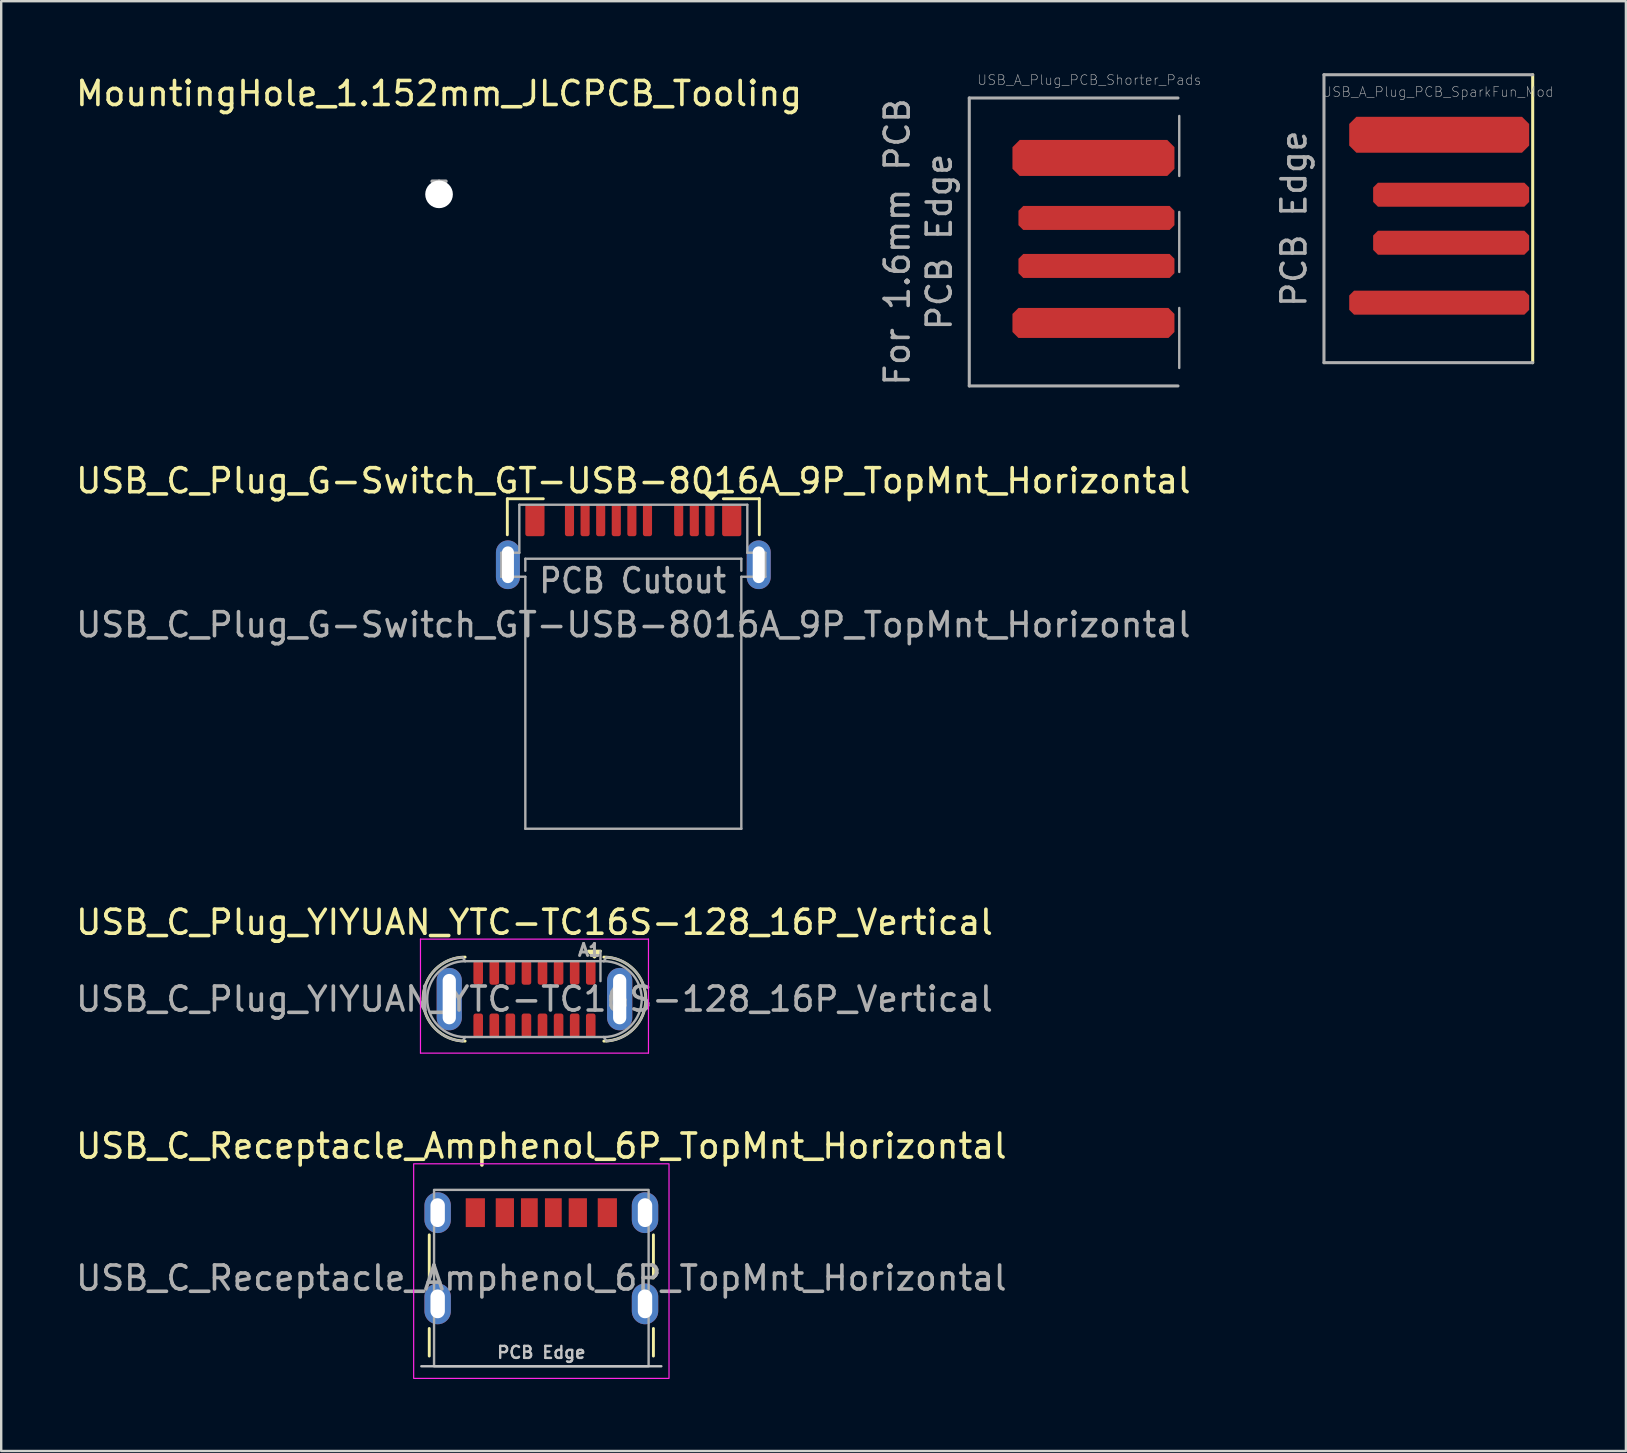
<source format=kicad_pcb>
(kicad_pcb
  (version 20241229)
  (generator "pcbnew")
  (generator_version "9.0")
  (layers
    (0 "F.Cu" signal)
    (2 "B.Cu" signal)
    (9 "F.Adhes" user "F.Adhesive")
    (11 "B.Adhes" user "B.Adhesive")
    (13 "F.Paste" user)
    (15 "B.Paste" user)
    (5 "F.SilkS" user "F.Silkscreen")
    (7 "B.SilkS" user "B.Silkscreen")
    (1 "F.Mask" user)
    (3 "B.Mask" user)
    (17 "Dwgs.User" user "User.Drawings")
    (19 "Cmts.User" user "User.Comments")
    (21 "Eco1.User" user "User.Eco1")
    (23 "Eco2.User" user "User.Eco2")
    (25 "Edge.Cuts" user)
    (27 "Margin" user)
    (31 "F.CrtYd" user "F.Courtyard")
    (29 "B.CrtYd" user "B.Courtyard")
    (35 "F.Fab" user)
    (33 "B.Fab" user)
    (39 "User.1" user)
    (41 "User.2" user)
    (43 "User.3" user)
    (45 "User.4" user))
  (footprint "USB_A_Plug_PCB_Shorter_Pads"
    (layer "F.Cu")
    (at 42.336 7.032)
    (property "Reference" "USB_A_Plug_PCB_Shorter_Pads" (at 0 -6.75 0) (layer "F.Fab") (effects (font (size 0.406 0.406) (thickness 0.025))))
    (attr smd)
    (fp_line (start -4.999 -5.999) (end 3.698 -5.999) (stroke (width 0.127) (type solid)) (layer "F.Fab"))
    (fp_line (start -4.999 5.999) (end -4.999 -5.999) (stroke (width 0.127) (type solid)) (layer "F.Fab"))
    (fp_line (start 3.698 5.999) (end -4.999 5.999) (stroke (width 0.127) (type solid)) (layer "F.Fab"))
    (fp_line (start 3.75 -5.25) (end 3.75 -2.75) (stroke (width 0.1) (type default)) (layer "F.Fab"))
    (fp_line (start 3.75 -1.25) (end 3.75 1.25) (stroke (width 0.1) (type default)) (layer "F.Fab"))
    (fp_line (start 3.75 2.75) (end 3.75 5.25) (stroke (width 0.1) (type default)) (layer "F.Fab"))
    (fp_text user "PCB Edge" (at -6.25 0 90) (layer "F.Fab") (effects (font (size 1 1) (thickness 0.15))))
    (fp_text user "For 1.6mm PCB" (at -8 0 90) (layer "F.Fab") (effects (font (size 1 1) (thickness 0.15))))
    (pad "1" smd roundrect (at 0.175 3.375) (size 6.75 1.25) (layers "F.Cu" "F.Mask" "F.Paste") (roundrect_rratio 0) (chamfer_ratio 0.2) (chamfer top_left top_right bottom_left bottom_right))
    (pad "2" smd roundrect (at 0.3 1) (size 6.5 1) (layers "F.Cu" "F.Mask" "F.Paste") (roundrect_rratio 0) (chamfer_ratio 0.2) (chamfer top_left top_right bottom_left bottom_right))
    (pad "3" smd roundrect (at 0.3 -1) (size 6.5 1) (layers "F.Cu" "F.Mask" "F.Paste") (roundrect_rratio 0) (chamfer_ratio 0.2) (chamfer top_left top_right bottom_left bottom_right))
    (pad "4" smd roundrect (at 0.175 -3.5) (size 6.75 1.5) (layers "F.Cu" "F.Mask" "F.Paste") (roundrect_rratio 0) (chamfer_ratio 0.2) (chamfer top_left top_right bottom_left bottom_right)))
  (footprint "USB_C_Plug_YIYUAN_YTC-TC16S-128_16P_Vertical"
    (layer "F.Cu")
    (at 19.22 38.58)
    (property "Reference" "USB_C_Plug_YIYUAN_YTC-TC16S-128_16P_Vertical" (at 0 -3.2 0) (layer "F.SilkS") (effects (font (size 1 1) (thickness 0.15))))
    (attr smd)
    (fp_arc (start -2.89 1.75) (mid -4.64 0) (end -2.89 -1.75) (stroke (width 0.12) (type default)) (layer "F.SilkS"))
    (fp_arc (start 2.89 -1.75) (mid 4.64 0) (end 2.89 1.75) (stroke (width 0.12) (type default)) (layer "F.SilkS"))
    (fp_poly (pts (xy 2.25 -2) (xy 2.5 -1.75) (xy 2.75 -2)) (stroke (width 0.12) (type solid)) (fill yes) (layer "F.SilkS"))
    (fp_line (start -4.75 -2.5) (end -4.75 2.25) (stroke (width 0.05) (type solid)) (layer "F.CrtYd"))
    (fp_line (start -4.75 2.25) (end 4.75 2.25) (stroke (width 0.05) (type solid)) (layer "F.CrtYd"))
    (fp_line (start 4.75 -2.5) (end -4.75 -2.5) (stroke (width 0.05) (type solid)) (layer "F.CrtYd"))
    (fp_line (start 4.75 2.25) (end 4.75 -2.5) (stroke (width 0.05) (type solid)) (layer "F.CrtYd"))
    (fp_line (start -3 -1.75) (end -2.89 -1.58) (stroke (width 0.1) (type default)) (layer "F.Fab"))
    (fp_line (start -3 1.75) (end -2.89 1.58) (stroke (width 0.1) (type default)) (layer "F.Fab"))
    (fp_line (start -2.89 1.58) (end 2.89 1.58) (stroke (width 0.1) (type solid)) (layer "F.Fab"))
    (fp_line (start 2.75 -0.75) (end 2.75 -2) (stroke (width 0.1) (type default)) (layer "F.Fab"))
    (fp_line (start 2.89 -1.58) (end -2.89 -1.58) (stroke (width 0.1) (type solid)) (layer "F.Fab"))
    (fp_line (start 3 -1.75) (end 2.89 -1.58) (stroke (width 0.1) (type default)) (layer "F.Fab"))
    (fp_line (start 3 1.75) (end 2.89 1.58) (stroke (width 0.1) (type default)) (layer "F.Fab"))
    (fp_arc (start -3 1.749999) (mid -4.643453 0) (end -3 -1.749999) (stroke (width 0.1) (type default)) (layer "F.Fab"))
    (fp_arc (start -2.89 1.58) (mid -4.47 0) (end -2.89 -1.58) (stroke (width 0.1) (type solid)) (layer "F.Fab"))
    (fp_arc (start 2.89 -1.58) (mid 4.47 0) (end 2.89 1.58) (stroke (width 0.1) (type solid)) (layer "F.Fab"))
    (fp_arc (start 3 -1.749999) (mid 4.643453 0) (end 3 1.749999) (stroke (width 0.1) (type default)) (layer "F.Fab"))
    (fp_text user "${REFERENCE}" (at 0 0 0) (unlocked yes) (layer "F.Fab") (effects (font (size 1 1) (thickness 0.15))))
    (fp_text user "A1" (at 1.75 -1.75 0) (unlocked yes) (layer "F.Fab") (effects (font (size 0.5 0.5) (thickness 0.125)) (justify left bottom)))
    (pad "A1" smd roundrect (at 2.345 -1.1) (size 0.4 1) (layers "F.Cu" "F.Mask" "F.Paste") (roundrect_rratio 0.25))
    (pad "A4" smd roundrect (at 1.675 -1.1) (size 0.4 1) (layers "F.Cu" "F.Mask" "F.Paste") (roundrect_rratio 0.25))
    (pad "A5" smd roundrect (at 1.005 -1.1) (size 0.4 1) (layers "F.Cu" "F.Mask" "F.Paste") (roundrect_rratio 0.25))
    (pad "A6" smd roundrect (at 0.335 -1.1) (size 0.4 1) (layers "F.Cu" "F.Mask" "F.Paste") (roundrect_rratio 0.25))
    (pad "A7" smd roundrect (at -0.335 -1.1) (size 0.4 1) (layers "F.Cu" "F.Mask" "F.Paste") (roundrect_rratio 0.25))
    (pad "A8" smd roundrect (at -1.005 -1.1) (size 0.4 1) (layers "F.Cu" "F.Mask" "F.Paste") (roundrect_rratio 0.25))
    (pad "A9" smd roundrect (at -1.675 -1.1) (size 0.4 1) (layers "F.Cu" "F.Mask" "F.Paste") (roundrect_rratio 0.25))
    (pad "A12" smd roundrect (at -2.345 -1.1) (size 0.4 1) (layers "F.Cu" "F.Mask" "F.Paste") (roundrect_rratio 0.25))
    (pad "B1" smd roundrect (at -2.345 1.1) (size 0.4 1) (layers "F.Cu" "F.Mask" "F.Paste") (roundrect_rratio 0.25))
    (pad "B4" smd roundrect (at -1.675 1.1) (size 0.4 1) (layers "F.Cu" "F.Mask" "F.Paste") (roundrect_rratio 0.25))
    (pad "B5" smd roundrect (at -1.005 1.1) (size 0.4 1) (layers "F.Cu" "F.Mask" "F.Paste") (roundrect_rratio 0.25))
    (pad "B6" smd roundrect (at -0.335 1.1) (size 0.4 1) (layers "F.Cu" "F.Mask" "F.Paste") (roundrect_rratio 0.25))
    (pad "B7" smd roundrect (at 0.335 1.1) (size 0.4 1) (layers "F.Cu" "F.Mask" "F.Paste") (roundrect_rratio 0.25))
    (pad "B8" smd roundrect (at 1.005 1.1) (size 0.4 1) (layers "F.Cu" "F.Mask" "F.Paste") (roundrect_rratio 0.25))
    (pad "B9" smd roundrect (at 1.675 1.1) (size 0.4 1) (layers "F.Cu" "F.Mask" "F.Paste") (roundrect_rratio 0.25))
    (pad "B12" smd roundrect (at 2.345 1.1) (size 0.4 1) (layers "F.Cu" "F.Mask" "F.Paste") (roundrect_rratio 0.25))
    (pad "S1" thru_hole oval (at -3.55 0) (size 1.05 2.6) (drill oval 0.55 2.1) (layers "*.Cu" "*.Mask" "F.Paste"))
    (pad "S1" thru_hole oval (at 3.55 0) (size 1.05 2.6) (drill oval 0.55 2.1) (layers "*.Cu" "*.Mask" "F.Paste")))
  (footprint "MountingHole_1.152mm_JLCPCB_Tooling"
    (layer "F.Cu")
    (at 15.244 5.048)
    (property "Reference" "MountingHole_1.152mm_JLCPCB_Tooling" (at 0 -4.2 0) (layer "F.SilkS") (effects (font (size 1 1) (thickness 0.15))))
    (attr exclude_from_pos_files exclude_from_bom)
    (fp_text user "T" (at 0 0 0) (layer "F.Fab") (effects (font (size 1 1) (thickness 0.15))))
    (pad "" np_thru_hole circle (at 0 0) (size 1.152 1.152) (drill 1.152) (layers "*.Cu" "*.Mask")))
  (footprint "USB_A_Plug_PCB_SparkFun_Mod"
    (layer "F.Cu")
    (at 57.115 6.063)
    (property "Reference" "USB_A_Plug_PCB_SparkFun_Mod" (at -0.254 -5.283 0) (layer "F.Fab") (effects (font (size 0.406 0.406) (thickness 0.025))))
    (attr smd)
    (fp_line (start 3.698 -5.999) (end 3.698 5.999) (stroke (width 0.127) (type solid)) (layer "F.SilkS"))
    (fp_line (start -4.999 -5.999) (end 3.698 -5.999) (stroke (width 0.127) (type solid)) (layer "F.Fab"))
    (fp_line (start -4.999 5.999) (end -4.999 -5.999) (stroke (width 0.127) (type solid)) (layer "F.Fab"))
    (fp_line (start 3.698 5.999) (end -4.999 5.999) (stroke (width 0.127) (type solid)) (layer "F.Fab"))
    (fp_text user "PCB Edge" (at -6.25 0 90) (layer "F.Fab") (effects (font (size 1 1) (thickness 0.15))))
    (pad "A1" smd roundrect (at -0.198 -3.498) (size 7.498 1.499) (layers "F.Cu" "F.Mask" "F.Paste") (roundrect_rratio 0) (chamfer_ratio 0.2) (chamfer top_left top_right bottom_left bottom_right))
    (pad "A2" smd roundrect (at 0.3 -1) (size 6.5 1) (layers "F.Cu" "F.Mask" "F.Paste") (roundrect_rratio 0) (chamfer_ratio 0.2) (chamfer top_left top_right bottom_left bottom_right))
    (pad "A3" smd roundrect (at 0.3 1) (size 6.5 1) (layers "F.Cu" "F.Mask" "F.Paste") (roundrect_rratio 0) (chamfer_ratio 0.2) (chamfer top_left top_right bottom_left bottom_right))
    (pad "A4" smd roundrect (at -0.198 3.498) (size 7.498 0.998) (layers "F.Cu" "F.Mask" "F.Paste") (roundrect_rratio 0) (chamfer_ratio 0.2) (chamfer top_left top_right bottom_left bottom_right)))
  (footprint "USB_C_Receptacle_Amphenol_6P_TopMnt_Horizontal"
    (layer "F.Cu")
    (at 19.506 50.203)
    (property "Reference" "USB_C_Receptacle_Amphenol_6P_TopMnt_Horizontal" (at 0 -5.5 0) (unlocked yes) (layer "F.SilkS") (effects (font (size 1 1) (thickness 0.15))))
    (attr smd)
    (fp_line (start -4.67 0) (end -4.67 -1.8) (stroke (width 0.12) (type solid)) (layer "F.SilkS"))
    (fp_line (start -4.67 2.1) (end -4.67 3.25) (stroke (width 0.12) (type solid)) (layer "F.SilkS"))
    (fp_line (start 4.67 0) (end 4.67 -1.8) (stroke (width 0.12) (type solid)) (layer "F.SilkS"))
    (fp_line (start 4.67 2.1) (end 4.67 3.25) (stroke (width 0.12) (type solid)) (layer "F.SilkS"))
    (fp_line (start 5 3.675) (end -5 3.675) (stroke (width 0.1) (type solid)) (layer "Dwgs.User"))
    (fp_rect (start -5.32 -4.76) (end 5.32 4.18) (stroke (width 0.05) (type solid)) (fill no) (layer "F.CrtYd"))
    (fp_rect (start -4.47 -3.675) (end 4.47 3.675) (stroke (width 0.1) (type solid)) (fill no) (layer "F.Fab"))
    (fp_text user "PCB Edge" (at 0 3.1 0) (unlocked yes) (layer "Dwgs.User") (effects (font (size 0.5 0.5) (thickness 0.1))))
    (fp_text user "${REFERENCE}" (at 0 0 0) (unlocked yes) (layer "F.Fab") (effects (font (size 1 1) (thickness 0.15))))
    (pad "A5" smd rect (at -0.5 -2.725) (size 0.7 1.2) (layers "F.Cu" "F.Mask" "F.Paste"))
    (pad "A9" smd rect (at 1.52 -2.725) (size 0.76 1.2) (layers "F.Cu" "F.Mask" "F.Paste"))
    (pad "A12" smd rect (at 2.75 -2.725) (size 0.8 1.2) (layers "F.Cu" "F.Mask" "F.Paste"))
    (pad "B5" smd rect (at 0.5 -2.725) (size 0.7 1.2) (layers "F.Cu" "F.Mask" "F.Paste"))
    (pad "B9" smd rect (at -1.52 -2.725) (size 0.76 1.2) (layers "F.Cu" "F.Mask" "F.Paste"))
    (pad "B12" smd rect (at -2.75 -2.725) (size 0.8 1.2) (layers "F.Cu" "F.Mask" "F.Paste"))
    (pad "S1" thru_hole oval (at -4.32 -2.725) (size 1.1 1.7) (drill oval 0.6 1.2) (layers "*.Cu" "*.Mask"))
    (pad "S1" thru_hole oval (at -4.32 1.075) (size 1.1 1.7) (drill oval 0.6 1.2) (layers "*.Cu" "*.Mask"))
    (pad "S1" thru_hole oval (at 4.32 -2.725) (size 1.1 1.7) (drill oval 0.6 1.2) (layers "*.Cu" "*.Mask"))
    (pad "S1" thru_hole oval (at 4.32 1.075) (size 1.1 1.7) (drill oval 0.6 1.2) (layers "*.Cu" "*.Mask")))
  (footprint "USB_C_Plug_G-Switch_GT-USB-8016A_9P_TopMnt_Horizontal"
    (layer "F.Cu")
    (at 23.339 20.482)
    (property "Reference" "USB_C_Plug_G-Switch_GT-USB-8016A_9P_TopMnt_Horizontal" (at 0 -3.5 0) (unlocked yes) (layer "F.SilkS") (effects (font (size 1 1) (thickness 0.15))))
    (attr smd)
    (fp_line (start -5.25 -2.75) (end -5.25 -1.25) (stroke (width 0.12) (type default)) (layer "F.SilkS"))
    (fp_line (start -3.75 -2.75) (end -5.25 -2.75) (stroke (width 0.12) (type default)) (layer "F.SilkS"))
    (fp_line (start 5.25 -2.75) (end 3.75 -2.75) (stroke (width 0.12) (type default)) (layer "F.SilkS"))
    (fp_line (start 5.25 -1.25) (end 5.25 -2.75) (stroke (width 0.12) (type default)) (layer "F.SilkS"))
    (fp_poly (pts (xy 3.25 -2.75) (xy 3 -3) (xy 3.5 -3)) (stroke (width 0.12) (type solid)) (fill yes) (layer "F.SilkS"))
    (fp_line (start -5.5 -0.5) (end -4.75 -0.5) (stroke (width 0.1) (type default)) (layer "F.Fab"))
    (fp_line (start -5.5 0.5) (end -5.5 -0.5) (stroke (width 0.1) (type default)) (layer "F.Fab"))
    (fp_line (start -4.75 -2.5) (end 4.75 -2.5) (stroke (width 0.1) (type default)) (layer "F.Fab"))
    (fp_line (start -4.75 -0.5) (end -4.75 -2.5) (stroke (width 0.1) (type default)) (layer "F.Fab"))
    (fp_line (start -4.5 -0.25) (end -4.5 0.25) (stroke (width 0.1) (type default)) (layer "F.Fab"))
    (fp_line (start -4.5 -0.25) (end 4.5 -0.25) (stroke (width 0.1) (type default)) (layer "F.Fab"))
    (fp_line (start -4.5 0.5) (end -5.5 0.5) (stroke (width 0.1) (type default)) (layer "F.Fab"))
    (fp_line (start -4.5 0.5) (end -4.5 11) (stroke (width 0.1) (type default)) (layer "F.Fab"))
    (fp_line (start -4.5 11) (end 4.5 11) (stroke (width 0.1) (type default)) (layer "F.Fab"))
    (fp_line (start 4.5 -0.25) (end 4.5 0.25) (stroke (width 0.1) (type default)) (layer "F.Fab"))
    (fp_line (start 4.5 11) (end 4.5 0.5) (stroke (width 0.1) (type default)) (layer "F.Fab"))
    (fp_line (start 4.75 -2.5) (end 4.75 -0.5) (stroke (width 0.1) (type default)) (layer "F.Fab"))
    (fp_line (start 4.75 -0.5) (end 5.5 -0.5) (stroke (width 0.1) (type default)) (layer "F.Fab"))
    (fp_line (start 5.5 -0.5) (end 5.5 0.5) (stroke (width 0.1) (type default)) (layer "F.Fab"))
    (fp_line (start 5.5 0.5) (end 4.5 0.5) (stroke (width 0.1) (type default)) (layer "F.Fab"))
    (fp_text user "PCB Cutout" (at -4 1.25 0) (unlocked yes) (layer "F.Fab") (effects (font (size 1 0.9) (thickness 0.15)) (justify left bottom)))
    (fp_text user "${REFERENCE}" (at 0 2.5 0) (unlocked yes) (layer "F.Fab") (effects (font (size 1 1) (thickness 0.15))))
    (pad "A1" smd roundrect (at 3.19 -1.86) (size 0.38 1.34) (layers "F.Cu" "F.Mask" "F.Paste") (roundrect_rratio 0.25))
    (pad "A2" smd roundrect (at 2.54 -1.86) (size 0.38 1.34) (layers "F.Cu" "F.Mask" "F.Paste") (roundrect_rratio 0.25))
    (pad "A3" smd roundrect (at 1.89 -1.86) (size 0.38 1.34) (layers "F.Cu" "F.Mask" "F.Paste") (roundrect_rratio 0.25))
    (pad "A5" smd roundrect (at 0.59 -1.86) (size 0.38 1.34) (layers "F.Cu" "F.Mask" "F.Paste") (roundrect_rratio 0.25))
    (pad "A6" smd roundrect (at -0.06 -1.86) (size 0.38 1.34) (layers "F.Cu" "F.Mask" "F.Paste") (roundrect_rratio 0.25))
    (pad "A7" smd roundrect (at -0.71 -1.86) (size 0.38 1.34) (layers "F.Cu" "F.Mask" "F.Paste") (roundrect_rratio 0.25))
    (pad "A9" smd roundrect (at -1.36 -1.86) (size 0.38 1.34) (layers "F.Cu" "F.Mask" "F.Paste") (roundrect_rratio 0.25))
    (pad "B11" smd roundrect (at -2.01 -1.86) (size 0.38 1.34) (layers "F.Cu" "F.Mask" "F.Paste") (roundrect_rratio 0.25))
    (pad "B12" smd roundrect (at -2.66 -1.86) (size 0.38 1.34) (layers "F.Cu" "F.Mask" "F.Paste") (roundrect_rratio 0.25))
    (pad "SH1" thru_hole oval (at -5.225 0) (size 1 2.03) (drill oval 0.5 1.53) (layers "*.Cu" "*.Mask"))
    (pad "SH1" smd roundrect (at -4.1 -1.86) (size 0.8 1.34) (layers "F.Cu" "F.Mask" "F.Paste") (roundrect_rratio 0.119))
    (pad "SH1" smd roundrect (at 4.1 -1.86) (size 0.8 1.34) (layers "F.Cu" "F.Mask" "F.Paste") (roundrect_rratio 0.119))
    (pad "SH1" thru_hole oval (at 5.225 0) (size 1 2.03) (drill oval 0.5 1.53) (layers "*.Cu" "*.Mask")))
  (gr_rect
    (start -3 -3)
    (end 64.697 57.408)
    (stroke (width 0.1) (type default))
    (fill no)
    (layer "Edge.Cuts")))
</source>
